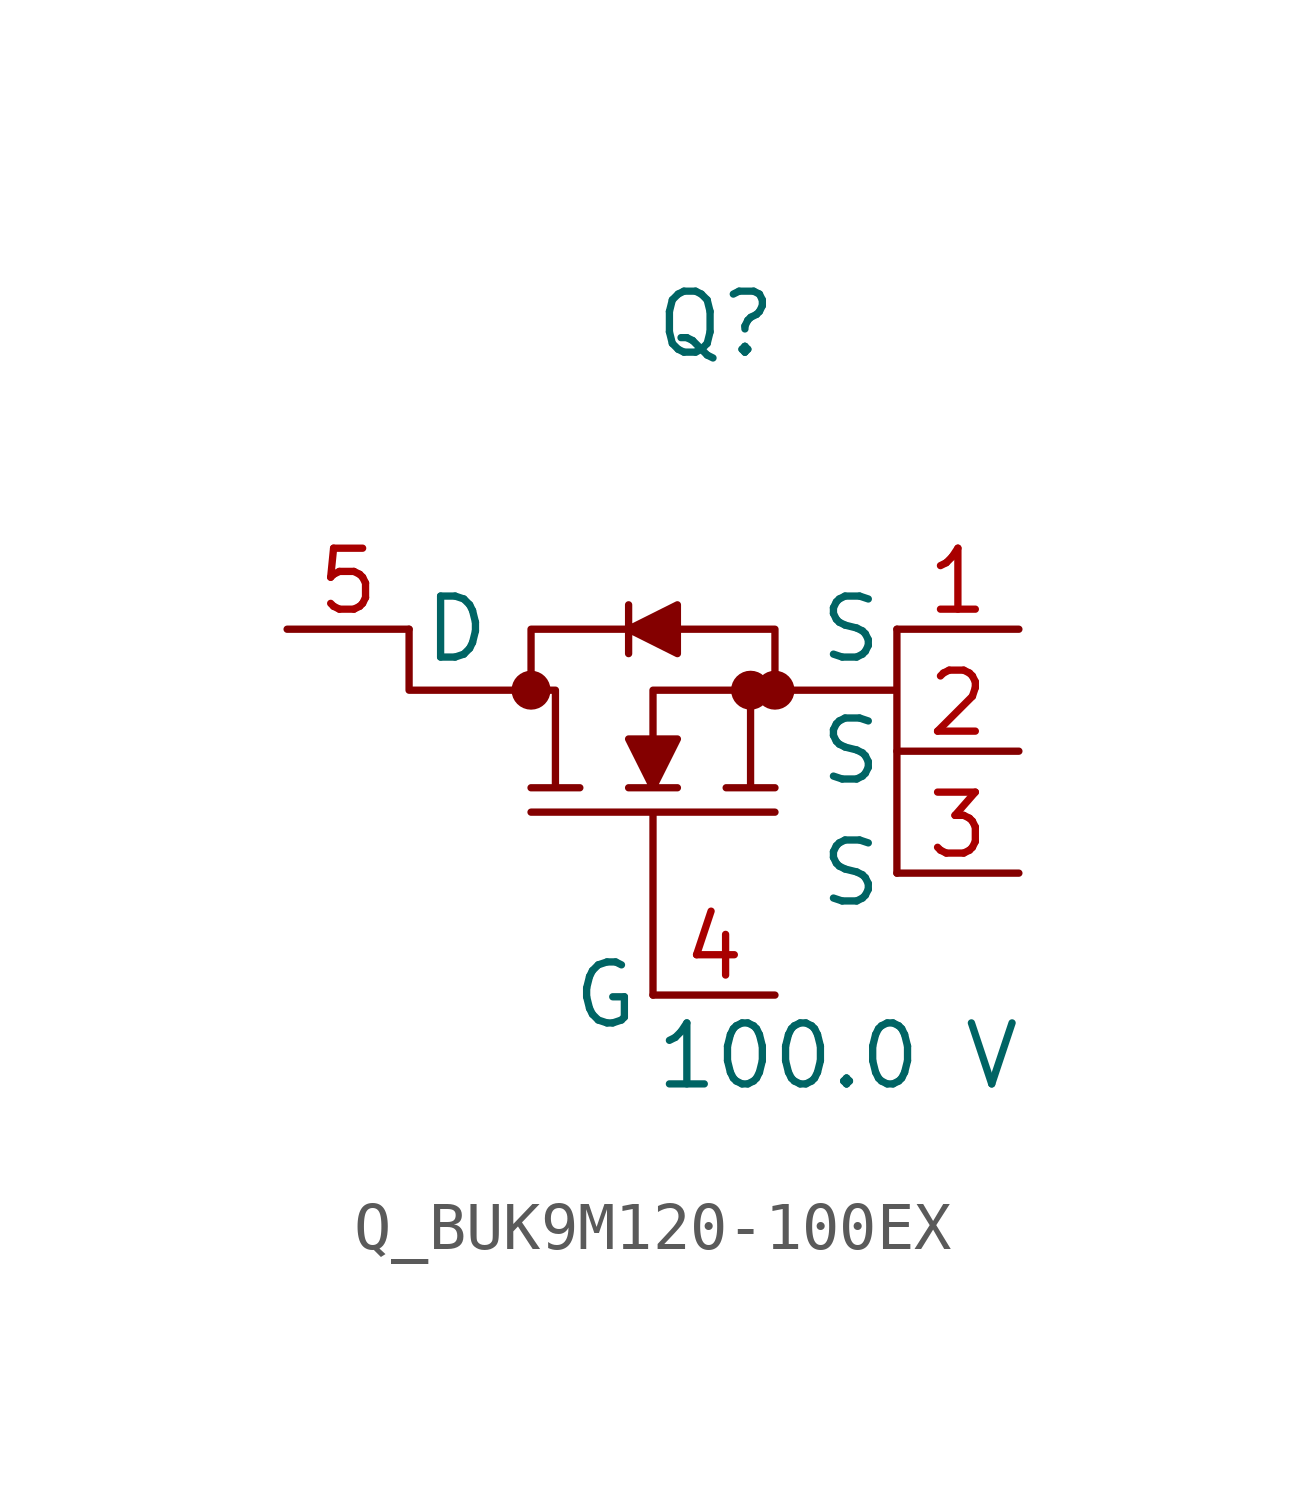
<source format=kicad_sym>
(kicad_symbol_lib
  (version 20231120)
  (generator kicad_symbol_editor)
  (generator_version 8.0)
  (symbol "Q_BUK9M120-100EX"
    (pin_names
      (offset 0.254))
    (property "Reference" "Q"
      (at 0 7.62 0)
      (effects (font (size 1.27 1.27)) (justify left)))
    (property "Value" "100.0 V"
      (at 0 -7.62 0)
      (effects (font (size 1.27 1.27)) (justify left)))
    (symbol "Q_BUK9M120-100EX_1_0"
      (polyline (pts (xy 0 -6.35) (xy 0 -2.54) (xy -2.54 -2.54) (xy 2.54 -2.54) (xy 0 -2.54) (xy 0 -6.35)) (stroke (width 0) (type default)) (fill (type none)))
      (polyline (pts (xy 5.08 1.27) (xy 5.08 0.0) (xy 2.54 0.0) (xy 2.54 1.27) (xy 0.508 1.27) (xy 0.508 1.778) (xy -0.508 1.27) (xy -0.508 1.778) (xy -0.508 1.27) (xy -2.54 1.27) (xy -2.54 0.0) (xy -5.08 0.0) (xy -5.08 1.27) (xy -5.08 0.0) (xy -2.032 0.0) (xy -2.032 -2.032) (xy -2.54 -2.032) (xy -1.524 -2.032) (xy -2.032 -2.032) (xy -2.032 0.0) (xy -2.54 0.0) (xy -2.54 1.27) (xy -0.508 1.27) (xy -0.508 0.762) (xy -0.508 1.27) (xy 0.508 0.762) (xy 0.508 1.27) (xy 2.54 1.27) (xy 2.54 0.0) (xy 0 0.0) (xy 0 -1.016) (xy -0.508 -1.016) (xy 0 -2.032) (xy -0.508 -2.032) (xy 0.508 -2.032) (xy 0 -2.032) (xy 0.508 -1.016) (xy 0 -1.016) (xy 0 0.0) (xy 2.032 0.0) (xy 2.032 -2.032) (xy 1.524 -2.032) (xy 2.54 -2.032) (xy 2.032 -2.032) (xy 2.032 0.0) (xy 5.08 0.0) (xy 5.08 -3.81)) (stroke (width 0) (type default)) (fill (type outline)))
      (circle (center -2.54 0.0) (radius 0.025) (stroke (width 0.381) (type default)) (fill (type none)))
      (circle (center 2.032 0.0) (radius 0.025) (stroke (width 0.381) (type default)) (fill (type none)))
      (circle (center 2.54 0.0) (radius 0.025) (stroke (width 0.381) (type default)) (fill (type none)))
      (pin passive line (at -7.62 1.27 0) (length 2.54) (name "D" (effects (font (size 1.27 1.27)))) (number "5" (effects (font (size 1.27 1.27)))))
      (pin passive line (at 7.62 1.27 180) (length 2.54) (name "S" (effects (font (size 1.27 1.27)))) (number "1" (effects (font (size 1.27 1.27)))))
      (pin passive line (at 7.62 -1.27 180) (length 2.54) (name "S" (effects (font (size 1.27 1.27)))) (number "2" (effects (font (size 1.27 1.27)))))
      (pin passive line (at 7.62 -3.81 180) (length 2.54) (name "S" (effects (font (size 1.27 1.27)))) (number "3" (effects (font (size 1.27 1.27)))))
      (pin passive line (at 2.54 -6.35 180) (length 2.54) (name "G" (effects (font (size 1.27 1.27)))) (number "4" (effects (font (size 1.27 1.27))))))))
</source>
